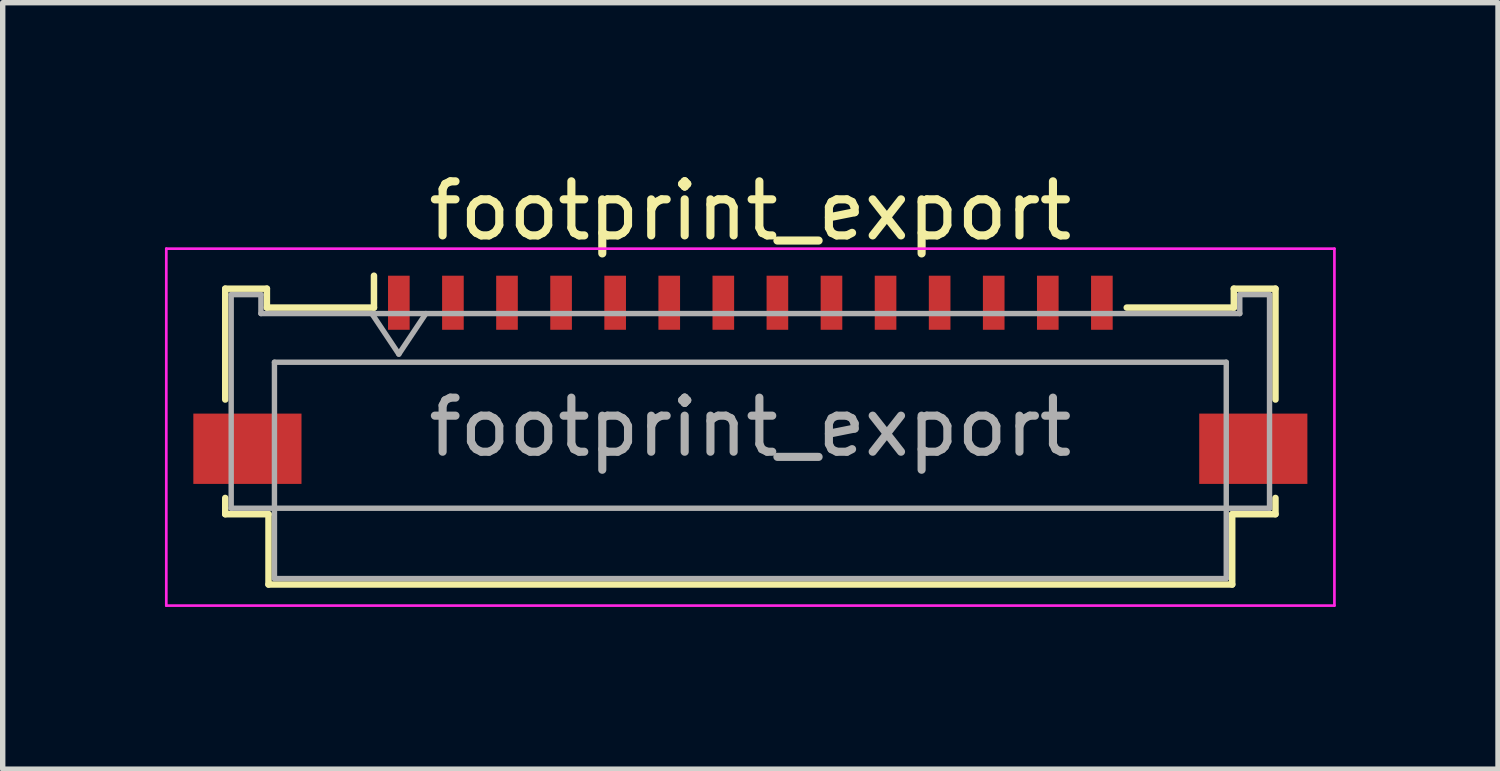
<source format=kicad_pcb>
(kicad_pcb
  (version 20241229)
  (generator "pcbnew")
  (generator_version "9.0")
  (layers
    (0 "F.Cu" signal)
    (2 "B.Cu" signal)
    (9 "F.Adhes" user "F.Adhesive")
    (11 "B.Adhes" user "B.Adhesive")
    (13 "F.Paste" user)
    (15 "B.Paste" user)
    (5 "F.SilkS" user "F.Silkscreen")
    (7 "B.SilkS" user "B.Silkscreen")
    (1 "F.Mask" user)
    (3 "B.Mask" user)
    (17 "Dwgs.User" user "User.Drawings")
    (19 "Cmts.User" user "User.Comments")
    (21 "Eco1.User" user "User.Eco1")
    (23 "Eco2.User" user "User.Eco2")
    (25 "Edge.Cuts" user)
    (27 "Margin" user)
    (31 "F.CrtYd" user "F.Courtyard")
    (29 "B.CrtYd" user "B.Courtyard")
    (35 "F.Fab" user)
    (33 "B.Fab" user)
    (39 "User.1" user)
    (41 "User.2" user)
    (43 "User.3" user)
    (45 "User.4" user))
  (footprint "footprint_export"
    (layer "F.Cu")
    (at 10.825 3.458)
    (property "Reference" "footprint_export" (at 0 -2.61 0) (layer "F.SilkS") (effects (font (size 1 1) (thickness 0.15))))
    (attr smd)
    (fp_line (start -9.71 -1.17) (end -9.71 0.88) (stroke (width 0.12) (type solid)) (layer "F.SilkS"))
    (fp_line (start -9.71 2.7) (end -9.71 3) (stroke (width 0.12) (type solid)) (layer "F.SilkS"))
    (fp_line (start -9.71 3) (end -8.91 3) (stroke (width 0.12) (type solid)) (layer "F.SilkS"))
    (fp_line (start -8.94 -1.17) (end -9.71 -1.17) (stroke (width 0.12) (type solid)) (layer "F.SilkS"))
    (fp_line (start -8.94 -0.82) (end -8.94 -1.17) (stroke (width 0.12) (type solid)) (layer "F.SilkS"))
    (fp_line (start -8.91 3) (end -8.91 4.3) (stroke (width 0.12) (type solid)) (layer "F.SilkS"))
    (fp_line (start -8.91 4.3) (end 8.91 4.3) (stroke (width 0.12) (type solid)) (layer "F.SilkS"))
    (fp_line (start -6.96 -1.41) (end -6.96 -0.82) (stroke (width 0.12) (type solid)) (layer "F.SilkS"))
    (fp_line (start -6.96 -0.82) (end -8.94 -0.82) (stroke (width 0.12) (type solid)) (layer "F.SilkS"))
    (fp_line (start 8.91 3) (end 9.71 3) (stroke (width 0.12) (type solid)) (layer "F.SilkS"))
    (fp_line (start 8.91 4.3) (end 8.91 3) (stroke (width 0.12) (type solid)) (layer "F.SilkS"))
    (fp_line (start 8.94 -1.17) (end 8.94 -0.82) (stroke (width 0.12) (type solid)) (layer "F.SilkS"))
    (fp_line (start 8.94 -0.82) (end 6.96 -0.82) (stroke (width 0.12) (type solid)) (layer "F.SilkS"))
    (fp_line (start 9.71 -1.17) (end 8.94 -1.17) (stroke (width 0.12) (type solid)) (layer "F.SilkS"))
    (fp_line (start 9.71 0.88) (end 9.71 -1.17) (stroke (width 0.12) (type solid)) (layer "F.SilkS"))
    (fp_line (start 9.71 3) (end 9.71 2.7) (stroke (width 0.12) (type solid)) (layer "F.SilkS"))
    (fp_line (start -10.8 -1.91) (end -10.8 4.69) (stroke (width 0.05) (type solid)) (layer "F.CrtYd"))
    (fp_line (start -10.8 4.69) (end 10.8 4.69) (stroke (width 0.05) (type solid)) (layer "F.CrtYd"))
    (fp_line (start 10.8 -1.91) (end -10.8 -1.91) (stroke (width 0.05) (type solid)) (layer "F.CrtYd"))
    (fp_line (start 10.8 4.69) (end 10.8 -1.91) (stroke (width 0.05) (type solid)) (layer "F.CrtYd"))
    (fp_line (start -9.6 -1.06) (end -9.6 2.89) (stroke (width 0.1) (type solid)) (layer "F.Fab"))
    (fp_line (start -9.6 2.89) (end 9.6 2.89) (stroke (width 0.1) (type solid)) (layer "F.Fab"))
    (fp_line (start -9.05 -1.06) (end -9.6 -1.06) (stroke (width 0.1) (type solid)) (layer "F.Fab"))
    (fp_line (start -9.05 -0.71) (end -9.05 -1.06) (stroke (width 0.1) (type solid)) (layer "F.Fab"))
    (fp_line (start -8.8 0.19) (end -8.8 4.19) (stroke (width 0.1) (type solid)) (layer "F.Fab"))
    (fp_line (start -8.8 4.19) (end 8.8 4.19) (stroke (width 0.1) (type solid)) (layer "F.Fab"))
    (fp_line (start -7 -0.71) (end -6.5 0.04) (stroke (width 0.1) (type solid)) (layer "F.Fab"))
    (fp_line (start -6.5 0.04) (end -6 -0.71) (stroke (width 0.1) (type solid)) (layer "F.Fab"))
    (fp_line (start 8.8 0.19) (end -8.8 0.19) (stroke (width 0.1) (type solid)) (layer "F.Fab"))
    (fp_line (start 8.8 4.19) (end 8.8 0.19) (stroke (width 0.1) (type solid)) (layer "F.Fab"))
    (fp_line (start 9.05 -1.06) (end 9.05 -0.71) (stroke (width 0.1) (type solid)) (layer "F.Fab"))
    (fp_line (start 9.05 -0.71) (end -9.05 -0.71) (stroke (width 0.1) (type solid)) (layer "F.Fab"))
    (fp_line (start 9.6 -1.06) (end 9.05 -1.06) (stroke (width 0.1) (type solid)) (layer "F.Fab"))
    (fp_line (start 9.6 2.89) (end 9.6 -1.06) (stroke (width 0.1) (type solid)) (layer "F.Fab"))
    (fp_text user "${REFERENCE}" (at 0 1.39 0) (layer "F.Fab") (effects (font (size 1 1) (thickness 0.15))))
    (pad "1" smd rect (at -6.5 -0.91) (size 0.4 1) (layers "F.Cu" "F.Mask" "F.Paste"))
    (pad "2" smd rect (at -5.5 -0.91) (size 0.4 1) (layers "F.Cu" "F.Mask" "F.Paste"))
    (pad "3" smd rect (at -4.5 -0.91) (size 0.4 1) (layers "F.Cu" "F.Mask" "F.Paste"))
    (pad "4" smd rect (at -3.5 -0.91) (size 0.4 1) (layers "F.Cu" "F.Mask" "F.Paste"))
    (pad "5" smd rect (at -2.5 -0.91) (size 0.4 1) (layers "F.Cu" "F.Mask" "F.Paste"))
    (pad "6" smd rect (at -1.5 -0.91) (size 0.4 1) (layers "F.Cu" "F.Mask" "F.Paste"))
    (pad "7" smd rect (at -0.5 -0.91) (size 0.4 1) (layers "F.Cu" "F.Mask" "F.Paste"))
    (pad "8" smd rect (at 0.5 -0.91) (size 0.4 1) (layers "F.Cu" "F.Mask" "F.Paste"))
    (pad "9" smd rect (at 1.5 -0.91) (size 0.4 1) (layers "F.Cu" "F.Mask" "F.Paste"))
    (pad "10" smd rect (at 2.5 -0.91) (size 0.4 1) (layers "F.Cu" "F.Mask" "F.Paste"))
    (pad "11" smd rect (at 3.5 -0.91) (size 0.4 1) (layers "F.Cu" "F.Mask" "F.Paste"))
    (pad "12" smd rect (at 4.5 -0.91) (size 0.4 1) (layers "F.Cu" "F.Mask" "F.Paste"))
    (pad "13" smd rect (at 5.5 -0.91) (size 0.4 1) (layers "F.Cu" "F.Mask" "F.Paste"))
    (pad "14" smd rect (at 6.5 -0.91) (size 0.4 1) (layers "F.Cu" "F.Mask" "F.Paste"))
    (pad "MP" smd rect (at -9.3 1.79) (size 2 1.3) (layers "F.Cu" "F.Mask" "F.Paste"))
    (pad "MP" smd rect (at 9.3 1.79) (size 2 1.3) (layers "F.Cu" "F.Mask" "F.Paste")))
  (gr_rect
    (start -3 -3)
    (end 24.65 11.173)
    (stroke (width 0.1) (type default))
    (fill no)
    (layer "Edge.Cuts")))
</source>
